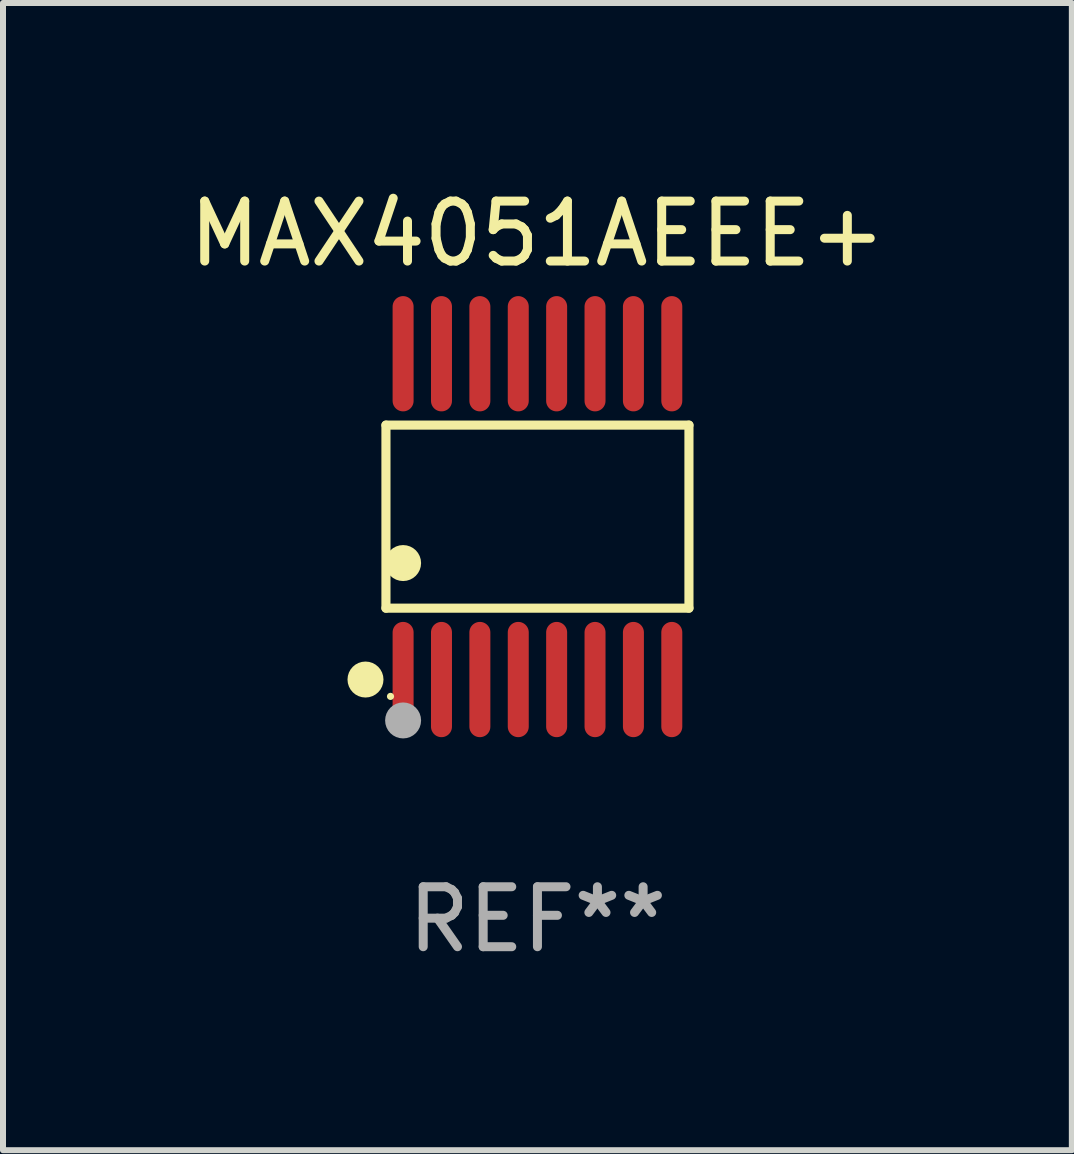
<source format=kicad_pcb>
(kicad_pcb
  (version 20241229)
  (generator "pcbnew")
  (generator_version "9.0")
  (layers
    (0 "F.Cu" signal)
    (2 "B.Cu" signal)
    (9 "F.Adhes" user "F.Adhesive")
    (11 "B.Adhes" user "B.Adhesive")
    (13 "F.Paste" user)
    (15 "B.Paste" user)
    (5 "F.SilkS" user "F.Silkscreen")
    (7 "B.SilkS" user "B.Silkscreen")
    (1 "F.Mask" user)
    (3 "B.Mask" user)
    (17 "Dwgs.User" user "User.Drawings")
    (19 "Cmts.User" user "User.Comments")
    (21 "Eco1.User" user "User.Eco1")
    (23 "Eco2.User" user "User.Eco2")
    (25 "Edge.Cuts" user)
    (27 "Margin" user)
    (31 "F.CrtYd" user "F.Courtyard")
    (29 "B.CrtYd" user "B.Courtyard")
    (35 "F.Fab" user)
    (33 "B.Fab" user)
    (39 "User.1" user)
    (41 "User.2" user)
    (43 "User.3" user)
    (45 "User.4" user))
  (footprint "MAX4051AEEE+"
    (layer "F.Cu")
    (at 5.911 5.564)
    (property "Reference" "MAX4051AEEE+" (at 0 -4.716 0) (layer "F.SilkS") (effects (font (size 1 1) (thickness 0.15))))
    (attr through_hole)
    (fp_line (start -2.526 -1.526) (end 2.526 -1.526) (stroke (width 0.152) (type solid)) (layer "F.SilkS"))
    (fp_line (start -2.526 1.526) (end -2.526 -1.526) (stroke (width 0.152) (type solid)) (layer "F.SilkS"))
    (fp_line (start 2.526 -1.526) (end 2.526 1.526) (stroke (width 0.152) (type solid)) (layer "F.SilkS"))
    (fp_line (start 2.526 1.526) (end -2.526 1.526) (stroke (width 0.152) (type solid)) (layer "F.SilkS"))
    (fp_circle (center -2.867 2.716) (end -2.717 2.716) (stroke (width 0.3) (type solid)) (fill no) (layer "F.SilkS"))
    (fp_circle (center -2.45 2.997) (end -2.42 2.997) (stroke (width 0.06) (type solid)) (fill no) (layer "F.SilkS"))
    (fp_circle (center -2.24 0.774) (end -2.09 0.774) (stroke (width 0.3) (type solid)) (fill no) (layer "F.SilkS"))
    (fp_circle (center -2.24 3.398) (end -2.09 3.398) (stroke (width 0.3) (type solid)) (fill no) (layer "F.Fab"))
    (fp_text user "REF**" (at 0 6.716 0) (layer "F.Fab") (effects (font (size 1 1) (thickness 0.15))))
    (pad "1" smd oval (at -2.24 2.716) (size 0.35 1.922) (layers "F.Cu" "F.Mask" "F.Paste"))
    (pad "2" smd oval (at -1.6 2.716) (size 0.35 1.922) (layers "F.Cu" "F.Mask" "F.Paste"))
    (pad "3" smd oval (at -0.96 2.716) (size 0.35 1.922) (layers "F.Cu" "F.Mask" "F.Paste"))
    (pad "4" smd oval (at -0.32 2.716) (size 0.35 1.922) (layers "F.Cu" "F.Mask" "F.Paste"))
    (pad "5" smd oval (at 0.32 2.716) (size 0.35 1.922) (layers "F.Cu" "F.Mask" "F.Paste"))
    (pad "6" smd oval (at 0.96 2.716) (size 0.35 1.922) (layers "F.Cu" "F.Mask" "F.Paste"))
    (pad "7" smd oval (at 1.6 2.716) (size 0.35 1.922) (layers "F.Cu" "F.Mask" "F.Paste"))
    (pad "8" smd oval (at 2.24 2.716) (size 0.35 1.922) (layers "F.Cu" "F.Mask" "F.Paste"))
    (pad "9" smd oval (at 2.24 -2.716) (size 0.35 1.922) (layers "F.Cu" "F.Mask" "F.Paste"))
    (pad "10" smd oval (at 1.6 -2.716) (size 0.35 1.922) (layers "F.Cu" "F.Mask" "F.Paste"))
    (pad "11" smd oval (at 0.96 -2.716) (size 0.35 1.922) (layers "F.Cu" "F.Mask" "F.Paste"))
    (pad "12" smd oval (at 0.32 -2.716) (size 0.35 1.922) (layers "F.Cu" "F.Mask" "F.Paste"))
    (pad "13" smd oval (at -0.32 -2.716) (size 0.35 1.922) (layers "F.Cu" "F.Mask" "F.Paste"))
    (pad "14" smd oval (at -0.96 -2.716) (size 0.35 1.922) (layers "F.Cu" "F.Mask" "F.Paste"))
    (pad "15" smd oval (at -1.6 -2.716) (size 0.35 1.922) (layers "F.Cu" "F.Mask" "F.Paste"))
    (pad "16" smd oval (at -2.24 -2.716) (size 0.35 1.922) (layers "F.Cu" "F.Mask" "F.Paste")))
  (gr_rect
    (start -3 -3)
    (end 14.821 16.128)
    (stroke (width 0.1) (type default))
    (fill no)
    (layer "Edge.Cuts")))
</source>
